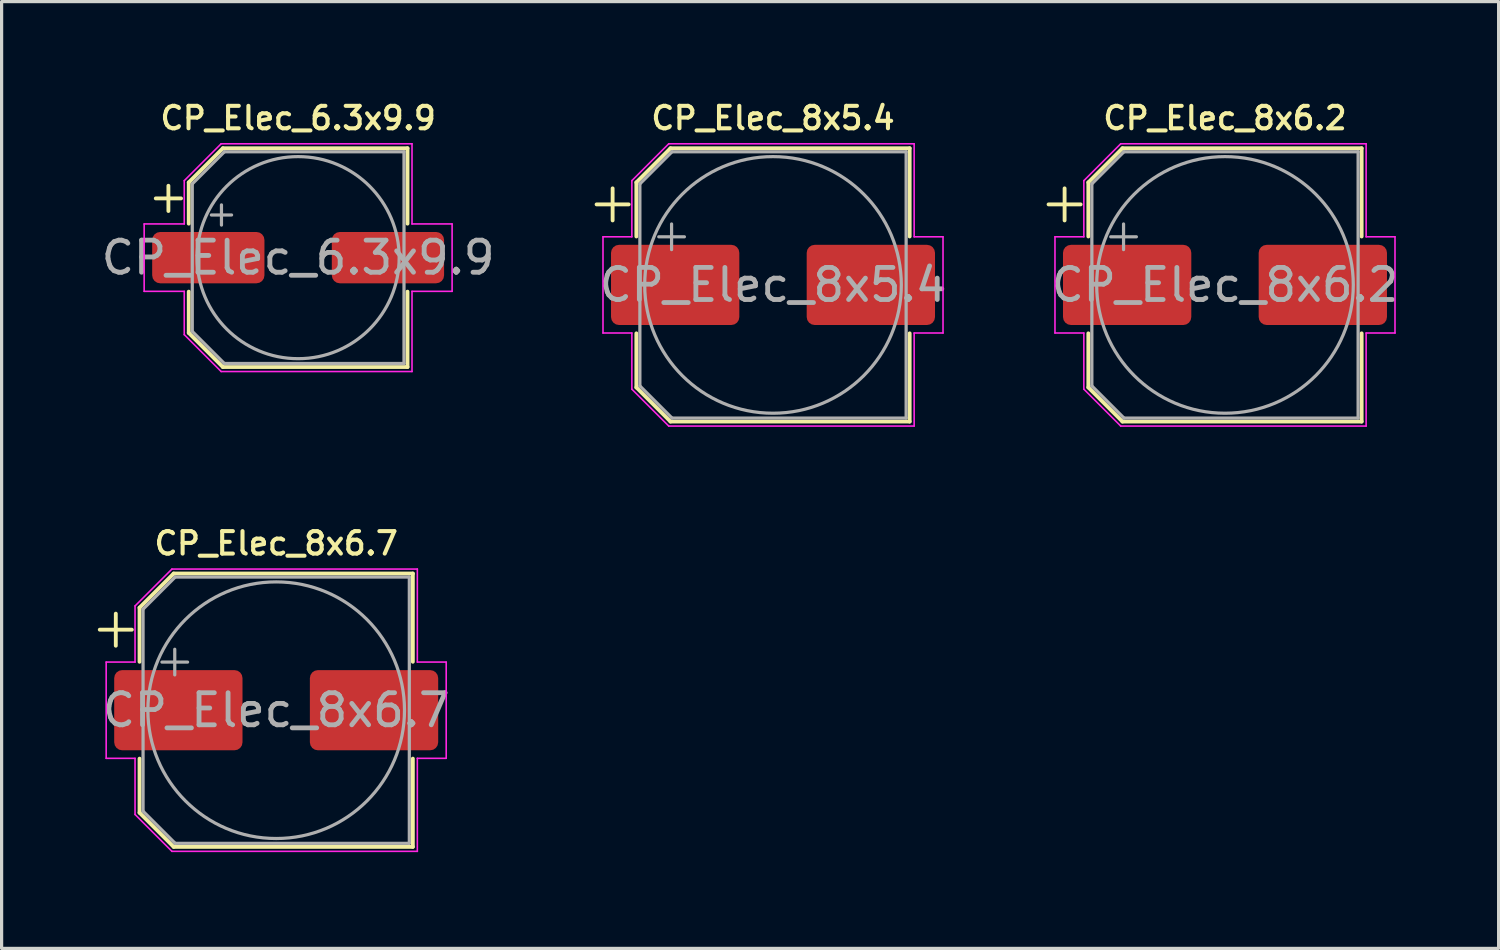
<source format=kicad_pcb>
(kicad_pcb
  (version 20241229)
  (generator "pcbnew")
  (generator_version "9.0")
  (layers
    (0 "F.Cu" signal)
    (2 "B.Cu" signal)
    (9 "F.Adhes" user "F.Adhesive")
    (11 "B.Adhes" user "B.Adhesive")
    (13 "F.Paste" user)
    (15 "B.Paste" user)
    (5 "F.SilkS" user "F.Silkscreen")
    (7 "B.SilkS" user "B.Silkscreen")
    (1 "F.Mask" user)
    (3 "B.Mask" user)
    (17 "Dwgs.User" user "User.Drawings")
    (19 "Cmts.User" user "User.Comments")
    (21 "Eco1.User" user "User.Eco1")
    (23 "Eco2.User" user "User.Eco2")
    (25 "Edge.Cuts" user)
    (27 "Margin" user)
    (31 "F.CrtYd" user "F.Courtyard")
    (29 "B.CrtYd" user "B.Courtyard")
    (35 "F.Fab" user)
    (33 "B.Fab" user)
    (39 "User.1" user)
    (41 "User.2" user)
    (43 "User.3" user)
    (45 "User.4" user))
  (footprint "CP_Elec_6.3x9.9"
    (layer "F.Cu")
    (at 6.244 4.982)
    (property "Reference" "CP_Elec_6.3x9.9" (at 0 -4.35 0) (layer "F.SilkS") (effects (font (size 0.7 0.7) (thickness 0.127))))
    (attr smd)
    (fp_line (start -4.438 -1.847) (end -3.65 -1.847) (stroke (width 0.12) (type solid)) (layer "F.SilkS"))
    (fp_line (start -4.044 -2.241) (end -4.044 -1.454) (stroke (width 0.12) (type solid)) (layer "F.SilkS"))
    (fp_line (start -3.41 -2.346) (end -3.41 -1.06) (stroke (width 0.12) (type solid)) (layer "F.SilkS"))
    (fp_line (start -3.41 -2.346) (end -2.346 -3.41) (stroke (width 0.12) (type solid)) (layer "F.SilkS"))
    (fp_line (start -3.41 2.346) (end -3.41 1.06) (stroke (width 0.12) (type solid)) (layer "F.SilkS"))
    (fp_line (start -3.41 2.346) (end -2.346 3.41) (stroke (width 0.12) (type solid)) (layer "F.SilkS"))
    (fp_line (start -2.346 -3.41) (end 3.41 -3.41) (stroke (width 0.12) (type solid)) (layer "F.SilkS"))
    (fp_line (start -2.346 3.41) (end 3.41 3.41) (stroke (width 0.12) (type solid)) (layer "F.SilkS"))
    (fp_line (start 3.41 -3.41) (end 3.41 -1.06) (stroke (width 0.12) (type solid)) (layer "F.SilkS"))
    (fp_line (start 3.41 3.41) (end 3.41 1.06) (stroke (width 0.12) (type solid)) (layer "F.SilkS"))
    (fp_line (start -4.8 -1.05) (end -4.8 1.05) (stroke (width 0.05) (type solid)) (layer "F.CrtYd"))
    (fp_line (start -4.8 1.05) (end -3.55 1.05) (stroke (width 0.05) (type solid)) (layer "F.CrtYd"))
    (fp_line (start -3.55 -2.4) (end -3.55 -1.05) (stroke (width 0.05) (type solid)) (layer "F.CrtYd"))
    (fp_line (start -3.55 -2.4) (end -2.4 -3.55) (stroke (width 0.05) (type solid)) (layer "F.CrtYd"))
    (fp_line (start -3.55 -1.05) (end -4.8 -1.05) (stroke (width 0.05) (type solid)) (layer "F.CrtYd"))
    (fp_line (start -3.55 1.05) (end -3.55 2.4) (stroke (width 0.05) (type solid)) (layer "F.CrtYd"))
    (fp_line (start -3.55 2.4) (end -2.4 3.55) (stroke (width 0.05) (type solid)) (layer "F.CrtYd"))
    (fp_line (start -2.4 -3.55) (end 3.55 -3.55) (stroke (width 0.05) (type solid)) (layer "F.CrtYd"))
    (fp_line (start -2.4 3.55) (end 3.55 3.55) (stroke (width 0.05) (type solid)) (layer "F.CrtYd"))
    (fp_line (start 3.55 -3.55) (end 3.55 -1.05) (stroke (width 0.05) (type solid)) (layer "F.CrtYd"))
    (fp_line (start 3.55 -1.05) (end 4.8 -1.05) (stroke (width 0.05) (type solid)) (layer "F.CrtYd"))
    (fp_line (start 3.55 1.05) (end 3.55 3.55) (stroke (width 0.05) (type solid)) (layer "F.CrtYd"))
    (fp_line (start 4.8 -1.05) (end 4.8 1.05) (stroke (width 0.05) (type solid)) (layer "F.CrtYd"))
    (fp_line (start 4.8 1.05) (end 3.55 1.05) (stroke (width 0.05) (type solid)) (layer "F.CrtYd"))
    (fp_line (start -3.3 -2.3) (end -3.3 2.3) (stroke (width 0.1) (type solid)) (layer "F.Fab"))
    (fp_line (start -3.3 -2.3) (end -2.3 -3.3) (stroke (width 0.1) (type solid)) (layer "F.Fab"))
    (fp_line (start -3.3 2.3) (end -2.3 3.3) (stroke (width 0.1) (type solid)) (layer "F.Fab"))
    (fp_line (start -2.705 -1.33) (end -2.075 -1.33) (stroke (width 0.1) (type solid)) (layer "F.Fab"))
    (fp_line (start -2.39 -1.645) (end -2.39 -1.015) (stroke (width 0.1) (type solid)) (layer "F.Fab"))
    (fp_line (start -2.3 -3.3) (end 3.3 -3.3) (stroke (width 0.1) (type solid)) (layer "F.Fab"))
    (fp_line (start -2.3 3.3) (end 3.3 3.3) (stroke (width 0.1) (type solid)) (layer "F.Fab"))
    (fp_line (start 3.3 -3.3) (end 3.3 3.3) (stroke (width 0.1) (type solid)) (layer "F.Fab"))
    (fp_circle (center 0 0) (end 3.15 0) (stroke (width 0.1) (type solid)) (fill no) (layer "F.Fab"))
    (fp_text user "${REFERENCE}" (at 0 0 0) (layer "F.Fab") (effects (font (size 1 1) (thickness 0.15))))
    (pad "1" smd roundrect (at -2.8 0) (size 3.5 1.6) (layers "F.Cu" "F.Mask" "F.Paste") (roundrect_rratio 0.156))
    (pad "2" smd roundrect (at 2.8 0) (size 3.5 1.6) (layers "F.Cu" "F.Mask" "F.Paste") (roundrect_rratio 0.156)))
  (footprint "CP_Elec_8x5.4"
    (layer "F.Cu")
    (at 21.048 5.832)
    (property "Reference" "CP_Elec_8x5.4" (at 0 -5.2 0) (layer "F.SilkS") (effects (font (size 0.7 0.7) (thickness 0.127))))
    (attr smd)
    (fp_line (start -5.5 -2.51) (end -4.5 -2.51) (stroke (width 0.12) (type solid)) (layer "F.SilkS"))
    (fp_line (start -5 -3.01) (end -5 -2.01) (stroke (width 0.12) (type solid)) (layer "F.SilkS"))
    (fp_line (start -4.26 -3.196) (end -4.26 -1.51) (stroke (width 0.12) (type solid)) (layer "F.SilkS"))
    (fp_line (start -4.26 -3.196) (end -3.196 -4.26) (stroke (width 0.12) (type solid)) (layer "F.SilkS"))
    (fp_line (start -4.26 3.196) (end -4.26 1.51) (stroke (width 0.12) (type solid)) (layer "F.SilkS"))
    (fp_line (start -4.26 3.196) (end -3.196 4.26) (stroke (width 0.12) (type solid)) (layer "F.SilkS"))
    (fp_line (start -3.196 -4.26) (end 4.26 -4.26) (stroke (width 0.12) (type solid)) (layer "F.SilkS"))
    (fp_line (start -3.196 4.26) (end 4.26 4.26) (stroke (width 0.12) (type solid)) (layer "F.SilkS"))
    (fp_line (start 4.26 -4.26) (end 4.26 -1.51) (stroke (width 0.12) (type solid)) (layer "F.SilkS"))
    (fp_line (start 4.26 4.26) (end 4.26 1.51) (stroke (width 0.12) (type solid)) (layer "F.SilkS"))
    (fp_line (start -5.3 -1.5) (end -5.3 1.5) (stroke (width 0.05) (type solid)) (layer "F.CrtYd"))
    (fp_line (start -5.3 1.5) (end -4.4 1.5) (stroke (width 0.05) (type solid)) (layer "F.CrtYd"))
    (fp_line (start -4.4 -3.25) (end -4.4 -1.5) (stroke (width 0.05) (type solid)) (layer "F.CrtYd"))
    (fp_line (start -4.4 -3.25) (end -3.25 -4.4) (stroke (width 0.05) (type solid)) (layer "F.CrtYd"))
    (fp_line (start -4.4 -1.5) (end -5.3 -1.5) (stroke (width 0.05) (type solid)) (layer "F.CrtYd"))
    (fp_line (start -4.4 1.5) (end -4.4 3.25) (stroke (width 0.05) (type solid)) (layer "F.CrtYd"))
    (fp_line (start -4.4 3.25) (end -3.25 4.4) (stroke (width 0.05) (type solid)) (layer "F.CrtYd"))
    (fp_line (start -3.25 -4.4) (end 4.4 -4.4) (stroke (width 0.05) (type solid)) (layer "F.CrtYd"))
    (fp_line (start -3.25 4.4) (end 4.4 4.4) (stroke (width 0.05) (type solid)) (layer "F.CrtYd"))
    (fp_line (start 4.4 -4.4) (end 4.4 -1.5) (stroke (width 0.05) (type solid)) (layer "F.CrtYd"))
    (fp_line (start 4.4 -1.5) (end 5.3 -1.5) (stroke (width 0.05) (type solid)) (layer "F.CrtYd"))
    (fp_line (start 4.4 1.5) (end 4.4 4.4) (stroke (width 0.05) (type solid)) (layer "F.CrtYd"))
    (fp_line (start 5.3 -1.5) (end 5.3 1.5) (stroke (width 0.05) (type solid)) (layer "F.CrtYd"))
    (fp_line (start 5.3 1.5) (end 4.4 1.5) (stroke (width 0.05) (type solid)) (layer "F.CrtYd"))
    (fp_line (start -4.15 -3.15) (end -4.15 3.15) (stroke (width 0.1) (type solid)) (layer "F.Fab"))
    (fp_line (start -4.15 -3.15) (end -3.15 -4.15) (stroke (width 0.1) (type solid)) (layer "F.Fab"))
    (fp_line (start -4.15 3.15) (end -3.15 4.15) (stroke (width 0.1) (type solid)) (layer "F.Fab"))
    (fp_line (start -3.562 -1.5) (end -2.762 -1.5) (stroke (width 0.1) (type solid)) (layer "F.Fab"))
    (fp_line (start -3.162 -1.9) (end -3.162 -1.1) (stroke (width 0.1) (type solid)) (layer "F.Fab"))
    (fp_line (start -3.15 -4.15) (end 4.15 -4.15) (stroke (width 0.1) (type solid)) (layer "F.Fab"))
    (fp_line (start -3.15 4.15) (end 4.15 4.15) (stroke (width 0.1) (type solid)) (layer "F.Fab"))
    (fp_line (start 4.15 -4.15) (end 4.15 4.15) (stroke (width 0.1) (type solid)) (layer "F.Fab"))
    (fp_circle (center 0 0) (end 4 0) (stroke (width 0.1) (type solid)) (fill no) (layer "F.Fab"))
    (fp_text user "${REFERENCE}" (at 0 0 0) (layer "F.Fab") (effects (font (size 1 1) (thickness 0.15))))
    (pad "1" smd roundrect (at -3.05 0) (size 4 2.5) (layers "F.Cu" "F.Mask" "F.Paste") (roundrect_rratio 0.1))
    (pad "2" smd roundrect (at 3.05 0) (size 4 2.5) (layers "F.Cu" "F.Mask" "F.Paste") (roundrect_rratio 0.1)))
  (footprint "CP_Elec_8x6.2"
    (layer "F.Cu")
    (at 35.138 5.832)
    (property "Reference" "CP_Elec_8x6.2" (at 0 -5.2 0) (layer "F.SilkS") (effects (font (size 0.7 0.7) (thickness 0.127))))
    (attr smd)
    (fp_line (start -5.5 -2.51) (end -4.5 -2.51) (stroke (width 0.12) (type solid)) (layer "F.SilkS"))
    (fp_line (start -5 -3.01) (end -5 -2.01) (stroke (width 0.12) (type solid)) (layer "F.SilkS"))
    (fp_line (start -4.26 -3.196) (end -4.26 -1.51) (stroke (width 0.12) (type solid)) (layer "F.SilkS"))
    (fp_line (start -4.26 -3.196) (end -3.196 -4.26) (stroke (width 0.12) (type solid)) (layer "F.SilkS"))
    (fp_line (start -4.26 3.196) (end -4.26 1.51) (stroke (width 0.12) (type solid)) (layer "F.SilkS"))
    (fp_line (start -4.26 3.196) (end -3.196 4.26) (stroke (width 0.12) (type solid)) (layer "F.SilkS"))
    (fp_line (start -3.196 -4.26) (end 4.26 -4.26) (stroke (width 0.12) (type solid)) (layer "F.SilkS"))
    (fp_line (start -3.196 4.26) (end 4.26 4.26) (stroke (width 0.12) (type solid)) (layer "F.SilkS"))
    (fp_line (start 4.26 -4.26) (end 4.26 -1.51) (stroke (width 0.12) (type solid)) (layer "F.SilkS"))
    (fp_line (start 4.26 4.26) (end 4.26 1.51) (stroke (width 0.12) (type solid)) (layer "F.SilkS"))
    (fp_line (start -5.3 -1.5) (end -5.3 1.5) (stroke (width 0.05) (type solid)) (layer "F.CrtYd"))
    (fp_line (start -5.3 1.5) (end -4.4 1.5) (stroke (width 0.05) (type solid)) (layer "F.CrtYd"))
    (fp_line (start -4.4 -3.25) (end -4.4 -1.5) (stroke (width 0.05) (type solid)) (layer "F.CrtYd"))
    (fp_line (start -4.4 -3.25) (end -3.25 -4.4) (stroke (width 0.05) (type solid)) (layer "F.CrtYd"))
    (fp_line (start -4.4 -1.5) (end -5.3 -1.5) (stroke (width 0.05) (type solid)) (layer "F.CrtYd"))
    (fp_line (start -4.4 1.5) (end -4.4 3.25) (stroke (width 0.05) (type solid)) (layer "F.CrtYd"))
    (fp_line (start -4.4 3.25) (end -3.25 4.4) (stroke (width 0.05) (type solid)) (layer "F.CrtYd"))
    (fp_line (start -3.25 -4.4) (end 4.4 -4.4) (stroke (width 0.05) (type solid)) (layer "F.CrtYd"))
    (fp_line (start -3.25 4.4) (end 4.4 4.4) (stroke (width 0.05) (type solid)) (layer "F.CrtYd"))
    (fp_line (start 4.4 -4.4) (end 4.4 -1.5) (stroke (width 0.05) (type solid)) (layer "F.CrtYd"))
    (fp_line (start 4.4 -1.5) (end 5.3 -1.5) (stroke (width 0.05) (type solid)) (layer "F.CrtYd"))
    (fp_line (start 4.4 1.5) (end 4.4 4.4) (stroke (width 0.05) (type solid)) (layer "F.CrtYd"))
    (fp_line (start 5.3 -1.5) (end 5.3 1.5) (stroke (width 0.05) (type solid)) (layer "F.CrtYd"))
    (fp_line (start 5.3 1.5) (end 4.4 1.5) (stroke (width 0.05) (type solid)) (layer "F.CrtYd"))
    (fp_line (start -4.15 -3.15) (end -4.15 3.15) (stroke (width 0.1) (type solid)) (layer "F.Fab"))
    (fp_line (start -4.15 -3.15) (end -3.15 -4.15) (stroke (width 0.1) (type solid)) (layer "F.Fab"))
    (fp_line (start -4.15 3.15) (end -3.15 4.15) (stroke (width 0.1) (type solid)) (layer "F.Fab"))
    (fp_line (start -3.562 -1.5) (end -2.762 -1.5) (stroke (width 0.1) (type solid)) (layer "F.Fab"))
    (fp_line (start -3.162 -1.9) (end -3.162 -1.1) (stroke (width 0.1) (type solid)) (layer "F.Fab"))
    (fp_line (start -3.15 -4.15) (end 4.15 -4.15) (stroke (width 0.1) (type solid)) (layer "F.Fab"))
    (fp_line (start -3.15 4.15) (end 4.15 4.15) (stroke (width 0.1) (type solid)) (layer "F.Fab"))
    (fp_line (start 4.15 -4.15) (end 4.15 4.15) (stroke (width 0.1) (type solid)) (layer "F.Fab"))
    (fp_circle (center 0 0) (end 4 0) (stroke (width 0.1) (type solid)) (fill no) (layer "F.Fab"))
    (fp_text user "${REFERENCE}" (at 0 0 0) (layer "F.Fab") (effects (font (size 1 1) (thickness 0.15))))
    (pad "1" smd roundrect (at -3.05 0) (size 4 2.5) (layers "F.Cu" "F.Mask" "F.Paste") (roundrect_rratio 0.1))
    (pad "2" smd roundrect (at 3.05 0) (size 4 2.5) (layers "F.Cu" "F.Mask" "F.Paste") (roundrect_rratio 0.1)))
  (footprint "CP_Elec_8x6.7"
    (layer "F.Cu")
    (at 5.56 19.09)
    (property "Reference" "CP_Elec_8x6.7" (at 0 -5.2 0) (layer "F.SilkS") (effects (font (size 0.7 0.7) (thickness 0.127))))
    (attr smd)
    (fp_line (start -5.5 -2.51) (end -4.5 -2.51) (stroke (width 0.12) (type solid)) (layer "F.SilkS"))
    (fp_line (start -5 -3.01) (end -5 -2.01) (stroke (width 0.12) (type solid)) (layer "F.SilkS"))
    (fp_line (start -4.26 -3.196) (end -4.26 -1.51) (stroke (width 0.12) (type solid)) (layer "F.SilkS"))
    (fp_line (start -4.26 -3.196) (end -3.196 -4.26) (stroke (width 0.12) (type solid)) (layer "F.SilkS"))
    (fp_line (start -4.26 3.196) (end -4.26 1.51) (stroke (width 0.12) (type solid)) (layer "F.SilkS"))
    (fp_line (start -4.26 3.196) (end -3.196 4.26) (stroke (width 0.12) (type solid)) (layer "F.SilkS"))
    (fp_line (start -3.196 -4.26) (end 4.26 -4.26) (stroke (width 0.12) (type solid)) (layer "F.SilkS"))
    (fp_line (start -3.196 4.26) (end 4.26 4.26) (stroke (width 0.12) (type solid)) (layer "F.SilkS"))
    (fp_line (start 4.26 -4.26) (end 4.26 -1.51) (stroke (width 0.12) (type solid)) (layer "F.SilkS"))
    (fp_line (start 4.26 4.26) (end 4.26 1.51) (stroke (width 0.12) (type solid)) (layer "F.SilkS"))
    (fp_line (start -5.3 -1.5) (end -5.3 1.5) (stroke (width 0.05) (type solid)) (layer "F.CrtYd"))
    (fp_line (start -5.3 1.5) (end -4.4 1.5) (stroke (width 0.05) (type solid)) (layer "F.CrtYd"))
    (fp_line (start -4.4 -3.25) (end -4.4 -1.5) (stroke (width 0.05) (type solid)) (layer "F.CrtYd"))
    (fp_line (start -4.4 -3.25) (end -3.25 -4.4) (stroke (width 0.05) (type solid)) (layer "F.CrtYd"))
    (fp_line (start -4.4 -1.5) (end -5.3 -1.5) (stroke (width 0.05) (type solid)) (layer "F.CrtYd"))
    (fp_line (start -4.4 1.5) (end -4.4 3.25) (stroke (width 0.05) (type solid)) (layer "F.CrtYd"))
    (fp_line (start -4.4 3.25) (end -3.25 4.4) (stroke (width 0.05) (type solid)) (layer "F.CrtYd"))
    (fp_line (start -3.25 -4.4) (end 4.4 -4.4) (stroke (width 0.05) (type solid)) (layer "F.CrtYd"))
    (fp_line (start -3.25 4.4) (end 4.4 4.4) (stroke (width 0.05) (type solid)) (layer "F.CrtYd"))
    (fp_line (start 4.4 -4.4) (end 4.4 -1.5) (stroke (width 0.05) (type solid)) (layer "F.CrtYd"))
    (fp_line (start 4.4 -1.5) (end 5.3 -1.5) (stroke (width 0.05) (type solid)) (layer "F.CrtYd"))
    (fp_line (start 4.4 1.5) (end 4.4 4.4) (stroke (width 0.05) (type solid)) (layer "F.CrtYd"))
    (fp_line (start 5.3 -1.5) (end 5.3 1.5) (stroke (width 0.05) (type solid)) (layer "F.CrtYd"))
    (fp_line (start 5.3 1.5) (end 4.4 1.5) (stroke (width 0.05) (type solid)) (layer "F.CrtYd"))
    (fp_line (start -4.15 -3.15) (end -4.15 3.15) (stroke (width 0.1) (type solid)) (layer "F.Fab"))
    (fp_line (start -4.15 -3.15) (end -3.15 -4.15) (stroke (width 0.1) (type solid)) (layer "F.Fab"))
    (fp_line (start -4.15 3.15) (end -3.15 4.15) (stroke (width 0.1) (type solid)) (layer "F.Fab"))
    (fp_line (start -3.562 -1.5) (end -2.762 -1.5) (stroke (width 0.1) (type solid)) (layer "F.Fab"))
    (fp_line (start -3.162 -1.9) (end -3.162 -1.1) (stroke (width 0.1) (type solid)) (layer "F.Fab"))
    (fp_line (start -3.15 -4.15) (end 4.15 -4.15) (stroke (width 0.1) (type solid)) (layer "F.Fab"))
    (fp_line (start -3.15 4.15) (end 4.15 4.15) (stroke (width 0.1) (type solid)) (layer "F.Fab"))
    (fp_line (start 4.15 -4.15) (end 4.15 4.15) (stroke (width 0.1) (type solid)) (layer "F.Fab"))
    (fp_circle (center 0 0) (end 4 0) (stroke (width 0.1) (type solid)) (fill no) (layer "F.Fab"))
    (fp_text user "${REFERENCE}" (at 0 0 0) (layer "F.Fab") (effects (font (size 1 1) (thickness 0.15))))
    (pad "1" smd roundrect (at -3.05 0) (size 4 2.5) (layers "F.Cu" "F.Mask" "F.Paste") (roundrect_rratio 0.1))
    (pad "2" smd roundrect (at 3.05 0) (size 4 2.5) (layers "F.Cu" "F.Mask" "F.Paste") (roundrect_rratio 0.1)))
  (gr_rect
    (start -3 -3)
    (end 43.668 26.515)
    (stroke (width 0.1) (type default))
    (fill no)
    (layer "Edge.Cuts")))
</source>
